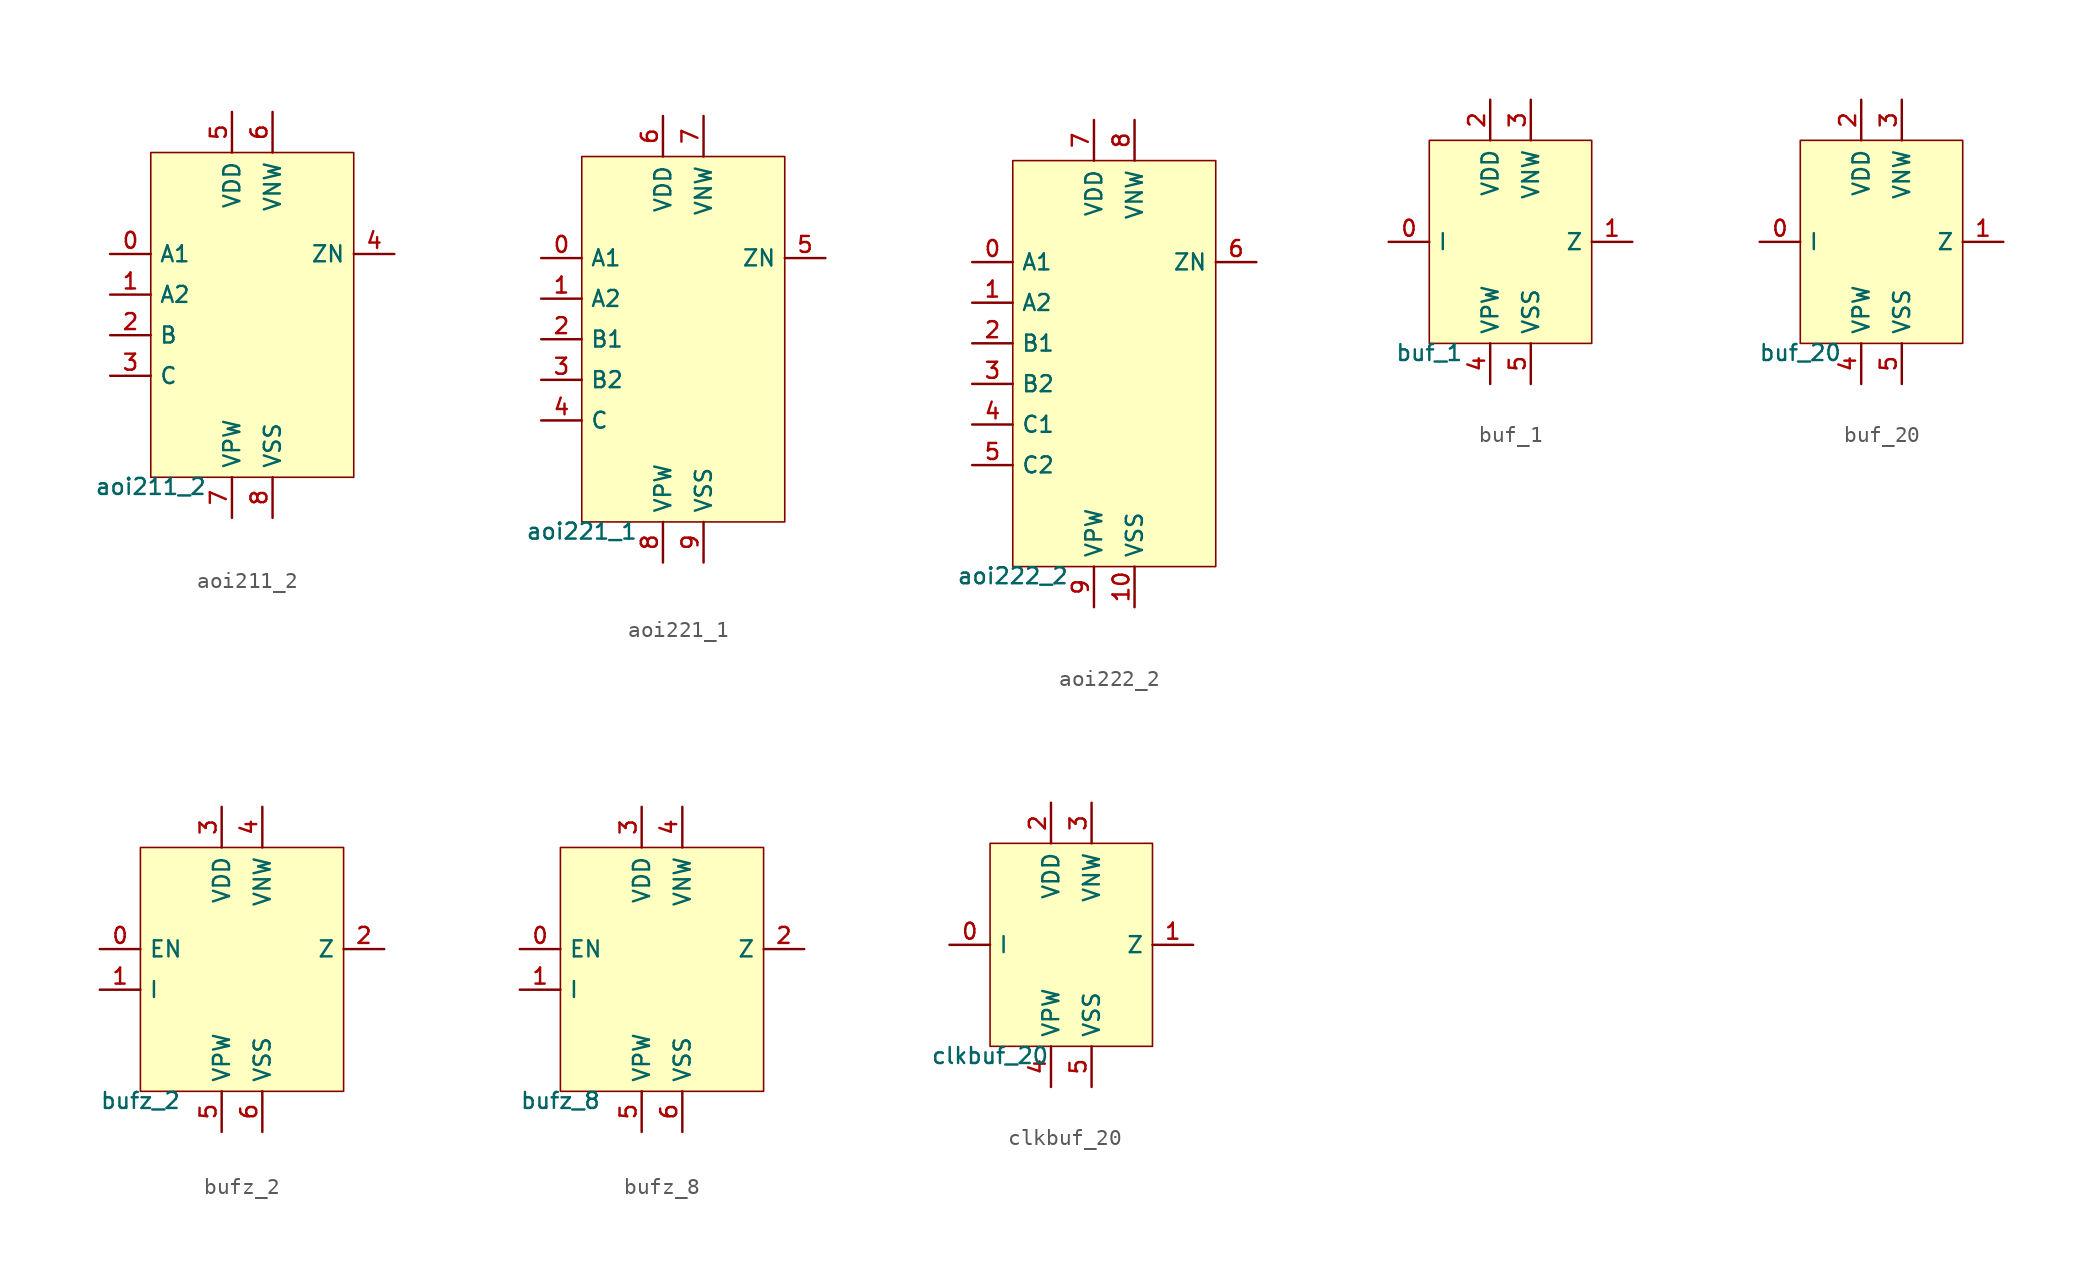
<source format=kicad_sym>
(kicad_symbol_lib
  (version 20211014)
  (generator pdk2kicad)
  (symbol "aoi211_2"
    (property "Reference" "X"
      (at 0 0 0)
      (effects (font (size 1 1)) hide))
    (property "Value" "aoi211_2"
      (at -6.35 -10.16 0)
      (effects (font (size 1 1)) (justify top)))
    (rectangle
      (start -6.35 -10.16)
      (end 6.35 10.16)
      (stroke (width 0.1) (type solid) (color 0 0 0 0))
      (fill (type background)))
    (pin input line
      (at -8.89 3.81 0)
      (length 2.54)
      (name "A1" (effects (font (size 1 1)) hide))
      (number "0" (effects (font (size 1 1)) hide)))
    (pin input line
      (at -8.89 1.27 0)
      (length 2.54)
      (name "A2" (effects (font (size 1 1)) hide))
      (number "1" (effects (font (size 1 1)) hide)))
    (pin input line
      (at -8.89 -1.27 0)
      (length 2.54)
      (name "B" (effects (font (size 1 1)) hide))
      (number "2" (effects (font (size 1 1)) hide)))
    (pin input line
      (at -8.89 -3.81 0)
      (length 2.54)
      (name "C" (effects (font (size 1 1)) hide))
      (number "3" (effects (font (size 1 1)) hide)))
    (pin output line
      (at 8.89 3.81 180)
      (length 2.54)
      (name "ZN" (effects (font (size 1 1)) hide))
      (number "4" (effects (font (size 1 1)) hide)))
    (pin power_in line
      (at -1.27 12.7 270)
      (length 2.54)
      (name "VDD" (effects (font (size 1 1)) hide))
      (number "5" (effects (font (size 1 1)) hide)))
    (pin power_in line
      (at 1.27 12.7 270)
      (length 2.54)
      (name "VNW" (effects (font (size 1 1)) hide))
      (number "6" (effects (font (size 1 1)) hide)))
    (pin power_in line
      (at -1.27 -12.7 90)
      (length 2.54)
      (name "VPW" (effects (font (size 1 1)) hide))
      (number "7" (effects (font (size 1 1)) hide)))
    (pin power_in line
      (at 1.27 -12.7 90)
      (length 2.54)
      (name "VSS" (effects (font (size 1 1)) hide))
      (number "8" (effects (font (size 1 1)) hide))))
  (symbol "aoi221_1"
    (property "Reference" "X"
      (at 0 0 0)
      (effects (font (size 1 1)) hide))
    (property "Value" "aoi221_1"
      (at -6.35 -11.43 0)
      (effects (font (size 1 1)) (justify top)))
    (rectangle
      (start -6.35 -11.43)
      (end 6.35 11.43)
      (stroke (width 0.1) (type solid) (color 0 0 0 0))
      (fill (type background)))
    (pin input line
      (at -8.89 5.08 0)
      (length 2.54)
      (name "A1" (effects (font (size 1 1)) hide))
      (number "0" (effects (font (size 1 1)) hide)))
    (pin input line
      (at -8.89 2.54 0)
      (length 2.54)
      (name "A2" (effects (font (size 1 1)) hide))
      (number "1" (effects (font (size 1 1)) hide)))
    (pin input line
      (at -8.89 -4.440892098500626e-16 0)
      (length 2.54)
      (name "B1" (effects (font (size 1 1)) hide))
      (number "2" (effects (font (size 1 1)) hide)))
    (pin input line
      (at -8.89 -2.54 0)
      (length 2.54)
      (name "B2" (effects (font (size 1 1)) hide))
      (number "3" (effects (font (size 1 1)) hide)))
    (pin input line
      (at -8.89 -5.08 0)
      (length 2.54)
      (name "C" (effects (font (size 1 1)) hide))
      (number "4" (effects (font (size 1 1)) hide)))
    (pin output line
      (at 8.89 5.08 180)
      (length 2.54)
      (name "ZN" (effects (font (size 1 1)) hide))
      (number "5" (effects (font (size 1 1)) hide)))
    (pin power_in line
      (at -1.27 13.97 270)
      (length 2.54)
      (name "VDD" (effects (font (size 1 1)) hide))
      (number "6" (effects (font (size 1 1)) hide)))
    (pin power_in line
      (at 1.27 13.97 270)
      (length 2.54)
      (name "VNW" (effects (font (size 1 1)) hide))
      (number "7" (effects (font (size 1 1)) hide)))
    (pin power_in line
      (at -1.27 -13.97 90)
      (length 2.54)
      (name "VPW" (effects (font (size 1 1)) hide))
      (number "8" (effects (font (size 1 1)) hide)))
    (pin power_in line
      (at 1.27 -13.97 90)
      (length 2.54)
      (name "VSS" (effects (font (size 1 1)) hide))
      (number "9" (effects (font (size 1 1)) hide))))
  (symbol "aoi222_2"
    (property "Reference" "X"
      (at 0 0 0)
      (effects (font (size 1 1)) hide))
    (property "Value" "aoi222_2"
      (at -6.35 -12.7 0)
      (effects (font (size 1 1)) (justify top)))
    (rectangle
      (start -6.35 -12.7)
      (end 6.35 12.7)
      (stroke (width 0.1) (type solid) (color 0 0 0 0))
      (fill (type background)))
    (pin input line
      (at -8.89 6.35 0)
      (length 2.54)
      (name "A1" (effects (font (size 1 1)) hide))
      (number "0" (effects (font (size 1 1)) hide)))
    (pin input line
      (at -8.89 3.81 0)
      (length 2.54)
      (name "A2" (effects (font (size 1 1)) hide))
      (number "1" (effects (font (size 1 1)) hide)))
    (pin input line
      (at -8.89 1.27 0)
      (length 2.54)
      (name "B1" (effects (font (size 1 1)) hide))
      (number "2" (effects (font (size 1 1)) hide)))
    (pin input line
      (at -8.89 -1.27 0)
      (length 2.54)
      (name "B2" (effects (font (size 1 1)) hide))
      (number "3" (effects (font (size 1 1)) hide)))
    (pin input line
      (at -8.89 -3.81 0)
      (length 2.54)
      (name "C1" (effects (font (size 1 1)) hide))
      (number "4" (effects (font (size 1 1)) hide)))
    (pin input line
      (at -8.89 -6.35 0)
      (length 2.54)
      (name "C2" (effects (font (size 1 1)) hide))
      (number "5" (effects (font (size 1 1)) hide)))
    (pin output line
      (at 8.89 6.35 180)
      (length 2.54)
      (name "ZN" (effects (font (size 1 1)) hide))
      (number "6" (effects (font (size 1 1)) hide)))
    (pin power_in line
      (at -1.27 15.24 270)
      (length 2.54)
      (name "VDD" (effects (font (size 1 1)) hide))
      (number "7" (effects (font (size 1 1)) hide)))
    (pin power_in line
      (at 1.27 15.24 270)
      (length 2.54)
      (name "VNW" (effects (font (size 1 1)) hide))
      (number "8" (effects (font (size 1 1)) hide)))
    (pin power_in line
      (at -1.27 -15.24 90)
      (length 2.54)
      (name "VPW" (effects (font (size 1 1)) hide))
      (number "9" (effects (font (size 1 1)) hide)))
    (pin power_in line
      (at 1.27 -15.24 90)
      (length 2.54)
      (name "VSS" (effects (font (size 1 1)) hide))
      (number "10" (effects (font (size 1 1)) hide))))
  (symbol "buf_1"
    (property "Reference" "X"
      (at 0 0 0)
      (effects (font (size 1 1)) hide))
    (property "Value" "buf_1"
      (at -5.08 -6.35 0)
      (effects (font (size 1 1)) (justify top)))
    (rectangle
      (start -5.08 -6.35)
      (end 5.08 6.35)
      (stroke (width 0.1) (type solid) (color 0 0 0 0))
      (fill (type background)))
    (pin input line
      (at -7.62 -4.440892098500626e-16 0)
      (length 2.54)
      (name "I" (effects (font (size 1 1)) hide))
      (number "0" (effects (font (size 1 1)) hide)))
    (pin output line
      (at 7.62 -4.440892098500626e-16 180)
      (length 2.54)
      (name "Z" (effects (font (size 1 1)) hide))
      (number "1" (effects (font (size 1 1)) hide)))
    (pin power_in line
      (at -1.27 8.89 270)
      (length 2.54)
      (name "VDD" (effects (font (size 1 1)) hide))
      (number "2" (effects (font (size 1 1)) hide)))
    (pin power_in line
      (at 1.27 8.89 270)
      (length 2.54)
      (name "VNW" (effects (font (size 1 1)) hide))
      (number "3" (effects (font (size 1 1)) hide)))
    (pin power_in line
      (at -1.27 -8.89 90)
      (length 2.54)
      (name "VPW" (effects (font (size 1 1)) hide))
      (number "4" (effects (font (size 1 1)) hide)))
    (pin power_in line
      (at 1.27 -8.89 90)
      (length 2.54)
      (name "VSS" (effects (font (size 1 1)) hide))
      (number "5" (effects (font (size 1 1)) hide))))
  (symbol "buf_20"
    (property "Reference" "X"
      (at 0 0 0)
      (effects (font (size 1 1)) hide))
    (property "Value" "buf_20"
      (at -5.08 -6.35 0)
      (effects (font (size 1 1)) (justify top)))
    (rectangle
      (start -5.08 -6.35)
      (end 5.08 6.35)
      (stroke (width 0.1) (type solid) (color 0 0 0 0))
      (fill (type background)))
    (pin input line
      (at -7.62 -4.440892098500626e-16 0)
      (length 2.54)
      (name "I" (effects (font (size 1 1)) hide))
      (number "0" (effects (font (size 1 1)) hide)))
    (pin output line
      (at 7.62 -4.440892098500626e-16 180)
      (length 2.54)
      (name "Z" (effects (font (size 1 1)) hide))
      (number "1" (effects (font (size 1 1)) hide)))
    (pin power_in line
      (at -1.27 8.89 270)
      (length 2.54)
      (name "VDD" (effects (font (size 1 1)) hide))
      (number "2" (effects (font (size 1 1)) hide)))
    (pin power_in line
      (at 1.27 8.89 270)
      (length 2.54)
      (name "VNW" (effects (font (size 1 1)) hide))
      (number "3" (effects (font (size 1 1)) hide)))
    (pin power_in line
      (at -1.27 -8.89 90)
      (length 2.54)
      (name "VPW" (effects (font (size 1 1)) hide))
      (number "4" (effects (font (size 1 1)) hide)))
    (pin power_in line
      (at 1.27 -8.89 90)
      (length 2.54)
      (name "VSS" (effects (font (size 1 1)) hide))
      (number "5" (effects (font (size 1 1)) hide))))
  (symbol "bufz_2"
    (property "Reference" "X"
      (at 0 0 0)
      (effects (font (size 1 1)) hide))
    (property "Value" "bufz_2"
      (at -6.35 -7.62 0)
      (effects (font (size 1 1)) (justify top)))
    (rectangle
      (start -6.35 -7.62)
      (end 6.35 7.62)
      (stroke (width 0.1) (type solid) (color 0 0 0 0))
      (fill (type background)))
    (pin input line
      (at -8.89 1.27 0)
      (length 2.54)
      (name "EN" (effects (font (size 1 1)) hide))
      (number "0" (effects (font (size 1 1)) hide)))
    (pin input line
      (at -8.89 -1.27 0)
      (length 2.54)
      (name "I" (effects (font (size 1 1)) hide))
      (number "1" (effects (font (size 1 1)) hide)))
    (pin output line
      (at 8.89 1.27 180)
      (length 2.54)
      (name "Z" (effects (font (size 1 1)) hide))
      (number "2" (effects (font (size 1 1)) hide)))
    (pin power_in line
      (at -1.27 10.16 270)
      (length 2.54)
      (name "VDD" (effects (font (size 1 1)) hide))
      (number "3" (effects (font (size 1 1)) hide)))
    (pin power_in line
      (at 1.27 10.16 270)
      (length 2.54)
      (name "VNW" (effects (font (size 1 1)) hide))
      (number "4" (effects (font (size 1 1)) hide)))
    (pin power_in line
      (at -1.27 -10.16 90)
      (length 2.54)
      (name "VPW" (effects (font (size 1 1)) hide))
      (number "5" (effects (font (size 1 1)) hide)))
    (pin power_in line
      (at 1.27 -10.16 90)
      (length 2.54)
      (name "VSS" (effects (font (size 1 1)) hide))
      (number "6" (effects (font (size 1 1)) hide))))
  (symbol "bufz_8"
    (property "Reference" "X"
      (at 0 0 0)
      (effects (font (size 1 1)) hide))
    (property "Value" "bufz_8"
      (at -6.35 -7.62 0)
      (effects (font (size 1 1)) (justify top)))
    (rectangle
      (start -6.35 -7.62)
      (end 6.35 7.62)
      (stroke (width 0.1) (type solid) (color 0 0 0 0))
      (fill (type background)))
    (pin input line
      (at -8.89 1.27 0)
      (length 2.54)
      (name "EN" (effects (font (size 1 1)) hide))
      (number "0" (effects (font (size 1 1)) hide)))
    (pin input line
      (at -8.89 -1.27 0)
      (length 2.54)
      (name "I" (effects (font (size 1 1)) hide))
      (number "1" (effects (font (size 1 1)) hide)))
    (pin output line
      (at 8.89 1.27 180)
      (length 2.54)
      (name "Z" (effects (font (size 1 1)) hide))
      (number "2" (effects (font (size 1 1)) hide)))
    (pin power_in line
      (at -1.27 10.16 270)
      (length 2.54)
      (name "VDD" (effects (font (size 1 1)) hide))
      (number "3" (effects (font (size 1 1)) hide)))
    (pin power_in line
      (at 1.27 10.16 270)
      (length 2.54)
      (name "VNW" (effects (font (size 1 1)) hide))
      (number "4" (effects (font (size 1 1)) hide)))
    (pin power_in line
      (at -1.27 -10.16 90)
      (length 2.54)
      (name "VPW" (effects (font (size 1 1)) hide))
      (number "5" (effects (font (size 1 1)) hide)))
    (pin power_in line
      (at 1.27 -10.16 90)
      (length 2.54)
      (name "VSS" (effects (font (size 1 1)) hide))
      (number "6" (effects (font (size 1 1)) hide))))
  (symbol "clkbuf_20"
    (property "Reference" "X"
      (at 0 0 0)
      (effects (font (size 1 1)) hide))
    (property "Value" "clkbuf_20"
      (at -5.08 -6.35 0)
      (effects (font (size 1 1)) (justify top)))
    (rectangle
      (start -5.08 -6.35)
      (end 5.08 6.35)
      (stroke (width 0.1) (type solid) (color 0 0 0 0))
      (fill (type background)))
    (pin input line
      (at -7.62 -4.440892098500626e-16 0)
      (length 2.54)
      (name "I" (effects (font (size 1 1)) hide))
      (number "0" (effects (font (size 1 1)) hide)))
    (pin output line
      (at 7.62 -4.440892098500626e-16 180)
      (length 2.54)
      (name "Z" (effects (font (size 1 1)) hide))
      (number "1" (effects (font (size 1 1)) hide)))
    (pin power_in line
      (at -1.27 8.89 270)
      (length 2.54)
      (name "VDD" (effects (font (size 1 1)) hide))
      (number "2" (effects (font (size 1 1)) hide)))
    (pin power_in line
      (at 1.27 8.89 270)
      (length 2.54)
      (name "VNW" (effects (font (size 1 1)) hide))
      (number "3" (effects (font (size 1 1)) hide)))
    (pin power_in line
      (at -1.27 -8.89 90)
      (length 2.54)
      (name "VPW" (effects (font (size 1 1)) hide))
      (number "4" (effects (font (size 1 1)) hide)))
    (pin power_in line
      (at 1.27 -8.89 90)
      (length 2.54)
      (name "VSS" (effects (font (size 1 1)) hide))
      (number "5" (effects (font (size 1 1)) hide)))))
</source>
